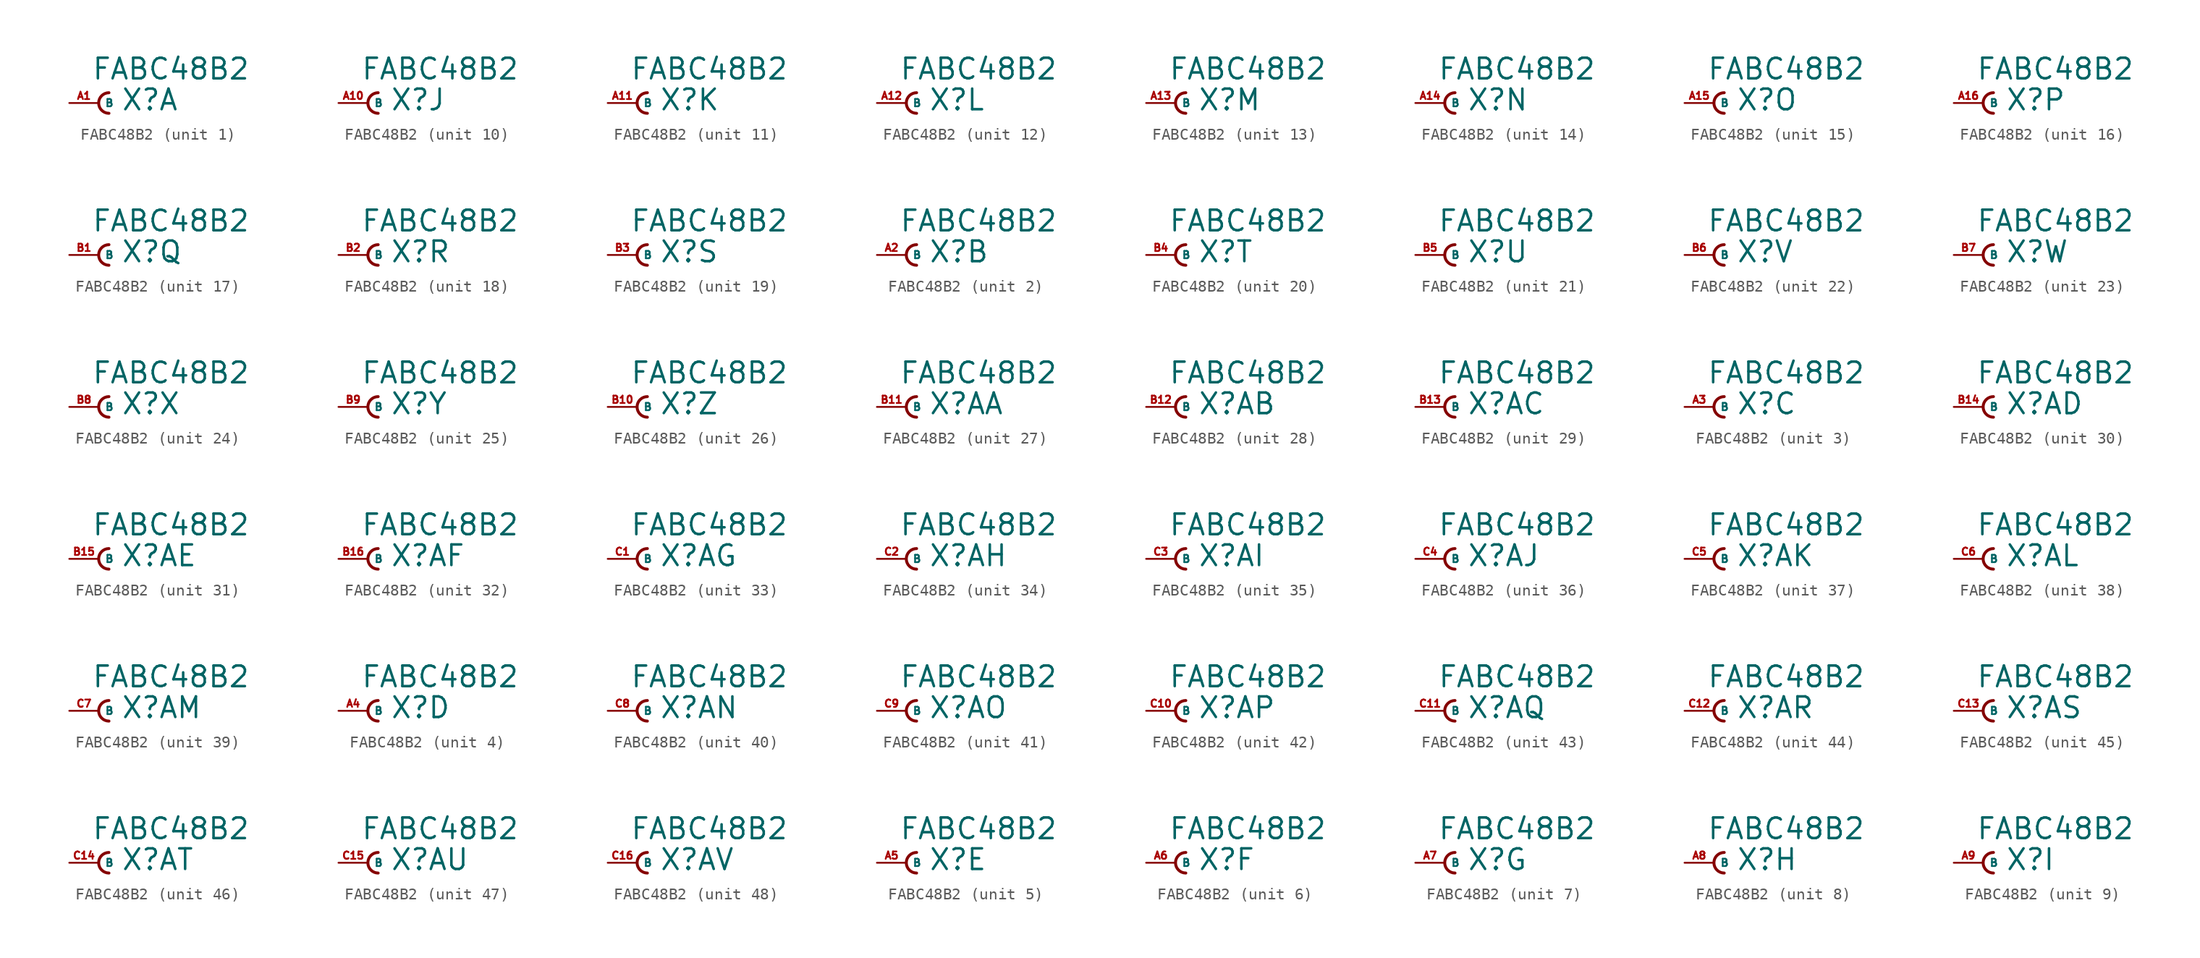
<source format=kicad_sym>
(kicad_symbol_lib
  (version 20220914)
  (generator Eagle2Kicad)
  (symbol "FABC48B2"
    (property "Reference" "X"
      (at 1.905 -0.762 0)
      (effects (font (size 1.778 1.778) (thickness 0.22)) (justify left bottom)))
    (property "Value" "FABC48B2"
      (at -0.635 1.905 0)
      (effects (font (size 1.778 1.778) (thickness 0.22)) (justify left bottom)))
    (symbol "FABC48B2_1_0"
      (arc (start 0.889 0.889) (mid 0.000 0.000) (end 0.889 -0.889) (stroke (width 0.254) (type default)) (fill (type none)))
      (pin passive line (at -2.54 0 0) (length 2.54) (name "B" (effects (font (size 0.635 0.635) (thickness 0.08)) (justify left bottom))) (number "A1" (effects (font (size 0.635 0.635) (thickness 0.08)) (justify left bottom)))))
    (symbol "FABC48B2_2_0"
      (arc (start 0.889 0.889) (mid 0.000 0.000) (end 0.889 -0.889) (stroke (width 0.254) (type default)) (fill (type none)))
      (pin passive line (at -2.54 0 0) (length 2.54) (name "B" (effects (font (size 0.635 0.635) (thickness 0.08)) (justify left bottom))) (number "A2" (effects (font (size 0.635 0.635) (thickness 0.08)) (justify left bottom)))))
    (symbol "FABC48B2_3_0"
      (arc (start 0.889 0.889) (mid 0.000 0.000) (end 0.889 -0.889) (stroke (width 0.254) (type default)) (fill (type none)))
      (pin passive line (at -2.54 0 0) (length 2.54) (name "B" (effects (font (size 0.635 0.635) (thickness 0.08)) (justify left bottom))) (number "A3" (effects (font (size 0.635 0.635) (thickness 0.08)) (justify left bottom)))))
    (symbol "FABC48B2_4_0"
      (arc (start 0.889 0.889) (mid 0.000 0.000) (end 0.889 -0.889) (stroke (width 0.254) (type default)) (fill (type none)))
      (pin passive line (at -2.54 0 0) (length 2.54) (name "B" (effects (font (size 0.635 0.635) (thickness 0.08)) (justify left bottom))) (number "A4" (effects (font (size 0.635 0.635) (thickness 0.08)) (justify left bottom)))))
    (symbol "FABC48B2_5_0"
      (arc (start 0.889 0.889) (mid 0.000 0.000) (end 0.889 -0.889) (stroke (width 0.254) (type default)) (fill (type none)))
      (pin passive line (at -2.54 0 0) (length 2.54) (name "B" (effects (font (size 0.635 0.635) (thickness 0.08)) (justify left bottom))) (number "A5" (effects (font (size 0.635 0.635) (thickness 0.08)) (justify left bottom)))))
    (symbol "FABC48B2_6_0"
      (arc (start 0.889 0.889) (mid 0.000 0.000) (end 0.889 -0.889) (stroke (width 0.254) (type default)) (fill (type none)))
      (pin passive line (at -2.54 0 0) (length 2.54) (name "B" (effects (font (size 0.635 0.635) (thickness 0.08)) (justify left bottom))) (number "A6" (effects (font (size 0.635 0.635) (thickness 0.08)) (justify left bottom)))))
    (symbol "FABC48B2_7_0"
      (arc (start 0.889 0.889) (mid 0.000 0.000) (end 0.889 -0.889) (stroke (width 0.254) (type default)) (fill (type none)))
      (pin passive line (at -2.54 0 0) (length 2.54) (name "B" (effects (font (size 0.635 0.635) (thickness 0.08)) (justify left bottom))) (number "A7" (effects (font (size 0.635 0.635) (thickness 0.08)) (justify left bottom)))))
    (symbol "FABC48B2_8_0"
      (arc (start 0.889 0.889) (mid 0.000 0.000) (end 0.889 -0.889) (stroke (width 0.254) (type default)) (fill (type none)))
      (pin passive line (at -2.54 0 0) (length 2.54) (name "B" (effects (font (size 0.635 0.635) (thickness 0.08)) (justify left bottom))) (number "A8" (effects (font (size 0.635 0.635) (thickness 0.08)) (justify left bottom)))))
    (symbol "FABC48B2_9_0"
      (arc (start 0.889 0.889) (mid 0.000 0.000) (end 0.889 -0.889) (stroke (width 0.254) (type default)) (fill (type none)))
      (pin passive line (at -2.54 0 0) (length 2.54) (name "B" (effects (font (size 0.635 0.635) (thickness 0.08)) (justify left bottom))) (number "A9" (effects (font (size 0.635 0.635) (thickness 0.08)) (justify left bottom)))))
    (symbol "FABC48B2_10_0"
      (arc (start 0.889 0.889) (mid 0.000 0.000) (end 0.889 -0.889) (stroke (width 0.254) (type default)) (fill (type none)))
      (pin passive line (at -2.54 0 0) (length 2.54) (name "B" (effects (font (size 0.635 0.635) (thickness 0.08)) (justify left bottom))) (number "A10" (effects (font (size 0.635 0.635) (thickness 0.08)) (justify left bottom)))))
    (symbol "FABC48B2_11_0"
      (arc (start 0.889 0.889) (mid 0.000 0.000) (end 0.889 -0.889) (stroke (width 0.254) (type default)) (fill (type none)))
      (pin passive line (at -2.54 0 0) (length 2.54) (name "B" (effects (font (size 0.635 0.635) (thickness 0.08)) (justify left bottom))) (number "A11" (effects (font (size 0.635 0.635) (thickness 0.08)) (justify left bottom)))))
    (symbol "FABC48B2_12_0"
      (arc (start 0.889 0.889) (mid 0.000 0.000) (end 0.889 -0.889) (stroke (width 0.254) (type default)) (fill (type none)))
      (pin passive line (at -2.54 0 0) (length 2.54) (name "B" (effects (font (size 0.635 0.635) (thickness 0.08)) (justify left bottom))) (number "A12" (effects (font (size 0.635 0.635) (thickness 0.08)) (justify left bottom)))))
    (symbol "FABC48B2_13_0"
      (arc (start 0.889 0.889) (mid 0.000 0.000) (end 0.889 -0.889) (stroke (width 0.254) (type default)) (fill (type none)))
      (pin passive line (at -2.54 0 0) (length 2.54) (name "B" (effects (font (size 0.635 0.635) (thickness 0.08)) (justify left bottom))) (number "A13" (effects (font (size 0.635 0.635) (thickness 0.08)) (justify left bottom)))))
    (symbol "FABC48B2_14_0"
      (arc (start 0.889 0.889) (mid 0.000 0.000) (end 0.889 -0.889) (stroke (width 0.254) (type default)) (fill (type none)))
      (pin passive line (at -2.54 0 0) (length 2.54) (name "B" (effects (font (size 0.635 0.635) (thickness 0.08)) (justify left bottom))) (number "A14" (effects (font (size 0.635 0.635) (thickness 0.08)) (justify left bottom)))))
    (symbol "FABC48B2_15_0"
      (arc (start 0.889 0.889) (mid 0.000 0.000) (end 0.889 -0.889) (stroke (width 0.254) (type default)) (fill (type none)))
      (pin passive line (at -2.54 0 0) (length 2.54) (name "B" (effects (font (size 0.635 0.635) (thickness 0.08)) (justify left bottom))) (number "A15" (effects (font (size 0.635 0.635) (thickness 0.08)) (justify left bottom)))))
    (symbol "FABC48B2_16_0"
      (arc (start 0.889 0.889) (mid 0.000 0.000) (end 0.889 -0.889) (stroke (width 0.254) (type default)) (fill (type none)))
      (pin passive line (at -2.54 0 0) (length 2.54) (name "B" (effects (font (size 0.635 0.635) (thickness 0.08)) (justify left bottom))) (number "A16" (effects (font (size 0.635 0.635) (thickness 0.08)) (justify left bottom)))))
    (symbol "FABC48B2_17_0"
      (arc (start 0.889 0.889) (mid 0.000 0.000) (end 0.889 -0.889) (stroke (width 0.254) (type default)) (fill (type none)))
      (pin passive line (at -2.54 0 0) (length 2.54) (name "B" (effects (font (size 0.635 0.635) (thickness 0.08)) (justify left bottom))) (number "B1" (effects (font (size 0.635 0.635) (thickness 0.08)) (justify left bottom)))))
    (symbol "FABC48B2_18_0"
      (arc (start 0.889 0.889) (mid 0.000 0.000) (end 0.889 -0.889) (stroke (width 0.254) (type default)) (fill (type none)))
      (pin passive line (at -2.54 0 0) (length 2.54) (name "B" (effects (font (size 0.635 0.635) (thickness 0.08)) (justify left bottom))) (number "B2" (effects (font (size 0.635 0.635) (thickness 0.08)) (justify left bottom)))))
    (symbol "FABC48B2_19_0"
      (arc (start 0.889 0.889) (mid 0.000 0.000) (end 0.889 -0.889) (stroke (width 0.254) (type default)) (fill (type none)))
      (pin passive line (at -2.54 0 0) (length 2.54) (name "B" (effects (font (size 0.635 0.635) (thickness 0.08)) (justify left bottom))) (number "B3" (effects (font (size 0.635 0.635) (thickness 0.08)) (justify left bottom)))))
    (symbol "FABC48B2_20_0"
      (arc (start 0.889 0.889) (mid 0.000 0.000) (end 0.889 -0.889) (stroke (width 0.254) (type default)) (fill (type none)))
      (pin passive line (at -2.54 0 0) (length 2.54) (name "B" (effects (font (size 0.635 0.635) (thickness 0.08)) (justify left bottom))) (number "B4" (effects (font (size 0.635 0.635) (thickness 0.08)) (justify left bottom)))))
    (symbol "FABC48B2_21_0"
      (arc (start 0.889 0.889) (mid 0.000 0.000) (end 0.889 -0.889) (stroke (width 0.254) (type default)) (fill (type none)))
      (pin passive line (at -2.54 0 0) (length 2.54) (name "B" (effects (font (size 0.635 0.635) (thickness 0.08)) (justify left bottom))) (number "B5" (effects (font (size 0.635 0.635) (thickness 0.08)) (justify left bottom)))))
    (symbol "FABC48B2_22_0"
      (arc (start 0.889 0.889) (mid 0.000 0.000) (end 0.889 -0.889) (stroke (width 0.254) (type default)) (fill (type none)))
      (pin passive line (at -2.54 0 0) (length 2.54) (name "B" (effects (font (size 0.635 0.635) (thickness 0.08)) (justify left bottom))) (number "B6" (effects (font (size 0.635 0.635) (thickness 0.08)) (justify left bottom)))))
    (symbol "FABC48B2_23_0"
      (arc (start 0.889 0.889) (mid 0.000 0.000) (end 0.889 -0.889) (stroke (width 0.254) (type default)) (fill (type none)))
      (pin passive line (at -2.54 0 0) (length 2.54) (name "B" (effects (font (size 0.635 0.635) (thickness 0.08)) (justify left bottom))) (number "B7" (effects (font (size 0.635 0.635) (thickness 0.08)) (justify left bottom)))))
    (symbol "FABC48B2_24_0"
      (arc (start 0.889 0.889) (mid 0.000 0.000) (end 0.889 -0.889) (stroke (width 0.254) (type default)) (fill (type none)))
      (pin passive line (at -2.54 0 0) (length 2.54) (name "B" (effects (font (size 0.635 0.635) (thickness 0.08)) (justify left bottom))) (number "B8" (effects (font (size 0.635 0.635) (thickness 0.08)) (justify left bottom)))))
    (symbol "FABC48B2_25_0"
      (arc (start 0.889 0.889) (mid 0.000 0.000) (end 0.889 -0.889) (stroke (width 0.254) (type default)) (fill (type none)))
      (pin passive line (at -2.54 0 0) (length 2.54) (name "B" (effects (font (size 0.635 0.635) (thickness 0.08)) (justify left bottom))) (number "B9" (effects (font (size 0.635 0.635) (thickness 0.08)) (justify left bottom)))))
    (symbol "FABC48B2_26_0"
      (arc (start 0.889 0.889) (mid 0.000 0.000) (end 0.889 -0.889) (stroke (width 0.254) (type default)) (fill (type none)))
      (pin passive line (at -2.54 0 0) (length 2.54) (name "B" (effects (font (size 0.635 0.635) (thickness 0.08)) (justify left bottom))) (number "B10" (effects (font (size 0.635 0.635) (thickness 0.08)) (justify left bottom)))))
    (symbol "FABC48B2_27_0"
      (arc (start 0.889 0.889) (mid 0.000 0.000) (end 0.889 -0.889) (stroke (width 0.254) (type default)) (fill (type none)))
      (pin passive line (at -2.54 0 0) (length 2.54) (name "B" (effects (font (size 0.635 0.635) (thickness 0.08)) (justify left bottom))) (number "B11" (effects (font (size 0.635 0.635) (thickness 0.08)) (justify left bottom)))))
    (symbol "FABC48B2_28_0"
      (arc (start 0.889 0.889) (mid 0.000 0.000) (end 0.889 -0.889) (stroke (width 0.254) (type default)) (fill (type none)))
      (pin passive line (at -2.54 0 0) (length 2.54) (name "B" (effects (font (size 0.635 0.635) (thickness 0.08)) (justify left bottom))) (number "B12" (effects (font (size 0.635 0.635) (thickness 0.08)) (justify left bottom)))))
    (symbol "FABC48B2_29_0"
      (arc (start 0.889 0.889) (mid 0.000 0.000) (end 0.889 -0.889) (stroke (width 0.254) (type default)) (fill (type none)))
      (pin passive line (at -2.54 0 0) (length 2.54) (name "B" (effects (font (size 0.635 0.635) (thickness 0.08)) (justify left bottom))) (number "B13" (effects (font (size 0.635 0.635) (thickness 0.08)) (justify left bottom)))))
    (symbol "FABC48B2_30_0"
      (arc (start 0.889 0.889) (mid 0.000 0.000) (end 0.889 -0.889) (stroke (width 0.254) (type default)) (fill (type none)))
      (pin passive line (at -2.54 0 0) (length 2.54) (name "B" (effects (font (size 0.635 0.635) (thickness 0.08)) (justify left bottom))) (number "B14" (effects (font (size 0.635 0.635) (thickness 0.08)) (justify left bottom)))))
    (symbol "FABC48B2_31_0"
      (arc (start 0.889 0.889) (mid 0.000 0.000) (end 0.889 -0.889) (stroke (width 0.254) (type default)) (fill (type none)))
      (pin passive line (at -2.54 0 0) (length 2.54) (name "B" (effects (font (size 0.635 0.635) (thickness 0.08)) (justify left bottom))) (number "B15" (effects (font (size 0.635 0.635) (thickness 0.08)) (justify left bottom)))))
    (symbol "FABC48B2_32_0"
      (arc (start 0.889 0.889) (mid 0.000 0.000) (end 0.889 -0.889) (stroke (width 0.254) (type default)) (fill (type none)))
      (pin passive line (at -2.54 0 0) (length 2.54) (name "B" (effects (font (size 0.635 0.635) (thickness 0.08)) (justify left bottom))) (number "B16" (effects (font (size 0.635 0.635) (thickness 0.08)) (justify left bottom)))))
    (symbol "FABC48B2_33_0"
      (arc (start 0.889 0.889) (mid 0.000 0.000) (end 0.889 -0.889) (stroke (width 0.254) (type default)) (fill (type none)))
      (pin passive line (at -2.54 0 0) (length 2.54) (name "B" (effects (font (size 0.635 0.635) (thickness 0.08)) (justify left bottom))) (number "C1" (effects (font (size 0.635 0.635) (thickness 0.08)) (justify left bottom)))))
    (symbol "FABC48B2_34_0"
      (arc (start 0.889 0.889) (mid 0.000 0.000) (end 0.889 -0.889) (stroke (width 0.254) (type default)) (fill (type none)))
      (pin passive line (at -2.54 0 0) (length 2.54) (name "B" (effects (font (size 0.635 0.635) (thickness 0.08)) (justify left bottom))) (number "C2" (effects (font (size 0.635 0.635) (thickness 0.08)) (justify left bottom)))))
    (symbol "FABC48B2_35_0"
      (arc (start 0.889 0.889) (mid 0.000 0.000) (end 0.889 -0.889) (stroke (width 0.254) (type default)) (fill (type none)))
      (pin passive line (at -2.54 0 0) (length 2.54) (name "B" (effects (font (size 0.635 0.635) (thickness 0.08)) (justify left bottom))) (number "C3" (effects (font (size 0.635 0.635) (thickness 0.08)) (justify left bottom)))))
    (symbol "FABC48B2_36_0"
      (arc (start 0.889 0.889) (mid 0.000 0.000) (end 0.889 -0.889) (stroke (width 0.254) (type default)) (fill (type none)))
      (pin passive line (at -2.54 0 0) (length 2.54) (name "B" (effects (font (size 0.635 0.635) (thickness 0.08)) (justify left bottom))) (number "C4" (effects (font (size 0.635 0.635) (thickness 0.08)) (justify left bottom)))))
    (symbol "FABC48B2_37_0"
      (arc (start 0.889 0.889) (mid 0.000 0.000) (end 0.889 -0.889) (stroke (width 0.254) (type default)) (fill (type none)))
      (pin passive line (at -2.54 0 0) (length 2.54) (name "B" (effects (font (size 0.635 0.635) (thickness 0.08)) (justify left bottom))) (number "C5" (effects (font (size 0.635 0.635) (thickness 0.08)) (justify left bottom)))))
    (symbol "FABC48B2_38_0"
      (arc (start 0.889 0.889) (mid 0.000 0.000) (end 0.889 -0.889) (stroke (width 0.254) (type default)) (fill (type none)))
      (pin passive line (at -2.54 0 0) (length 2.54) (name "B" (effects (font (size 0.635 0.635) (thickness 0.08)) (justify left bottom))) (number "C6" (effects (font (size 0.635 0.635) (thickness 0.08)) (justify left bottom)))))
    (symbol "FABC48B2_39_0"
      (arc (start 0.889 0.889) (mid 0.000 0.000) (end 0.889 -0.889) (stroke (width 0.254) (type default)) (fill (type none)))
      (pin passive line (at -2.54 0 0) (length 2.54) (name "B" (effects (font (size 0.635 0.635) (thickness 0.08)) (justify left bottom))) (number "C7" (effects (font (size 0.635 0.635) (thickness 0.08)) (justify left bottom)))))
    (symbol "FABC48B2_40_0"
      (arc (start 0.889 0.889) (mid 0.000 0.000) (end 0.889 -0.889) (stroke (width 0.254) (type default)) (fill (type none)))
      (pin passive line (at -2.54 0 0) (length 2.54) (name "B" (effects (font (size 0.635 0.635) (thickness 0.08)) (justify left bottom))) (number "C8" (effects (font (size 0.635 0.635) (thickness 0.08)) (justify left bottom)))))
    (symbol "FABC48B2_41_0"
      (arc (start 0.889 0.889) (mid 0.000 0.000) (end 0.889 -0.889) (stroke (width 0.254) (type default)) (fill (type none)))
      (pin passive line (at -2.54 0 0) (length 2.54) (name "B" (effects (font (size 0.635 0.635) (thickness 0.08)) (justify left bottom))) (number "C9" (effects (font (size 0.635 0.635) (thickness 0.08)) (justify left bottom)))))
    (symbol "FABC48B2_42_0"
      (arc (start 0.889 0.889) (mid 0.000 0.000) (end 0.889 -0.889) (stroke (width 0.254) (type default)) (fill (type none)))
      (pin passive line (at -2.54 0 0) (length 2.54) (name "B" (effects (font (size 0.635 0.635) (thickness 0.08)) (justify left bottom))) (number "C10" (effects (font (size 0.635 0.635) (thickness 0.08)) (justify left bottom)))))
    (symbol "FABC48B2_43_0"
      (arc (start 0.889 0.889) (mid 0.000 0.000) (end 0.889 -0.889) (stroke (width 0.254) (type default)) (fill (type none)))
      (pin passive line (at -2.54 0 0) (length 2.54) (name "B" (effects (font (size 0.635 0.635) (thickness 0.08)) (justify left bottom))) (number "C11" (effects (font (size 0.635 0.635) (thickness 0.08)) (justify left bottom)))))
    (symbol "FABC48B2_44_0"
      (arc (start 0.889 0.889) (mid 0.000 0.000) (end 0.889 -0.889) (stroke (width 0.254) (type default)) (fill (type none)))
      (pin passive line (at -2.54 0 0) (length 2.54) (name "B" (effects (font (size 0.635 0.635) (thickness 0.08)) (justify left bottom))) (number "C12" (effects (font (size 0.635 0.635) (thickness 0.08)) (justify left bottom)))))
    (symbol "FABC48B2_45_0"
      (arc (start 0.889 0.889) (mid 0.000 0.000) (end 0.889 -0.889) (stroke (width 0.254) (type default)) (fill (type none)))
      (pin passive line (at -2.54 0 0) (length 2.54) (name "B" (effects (font (size 0.635 0.635) (thickness 0.08)) (justify left bottom))) (number "C13" (effects (font (size 0.635 0.635) (thickness 0.08)) (justify left bottom)))))
    (symbol "FABC48B2_46_0"
      (arc (start 0.889 0.889) (mid 0.000 0.000) (end 0.889 -0.889) (stroke (width 0.254) (type default)) (fill (type none)))
      (pin passive line (at -2.54 0 0) (length 2.54) (name "B" (effects (font (size 0.635 0.635) (thickness 0.08)) (justify left bottom))) (number "C14" (effects (font (size 0.635 0.635) (thickness 0.08)) (justify left bottom)))))
    (symbol "FABC48B2_47_0"
      (arc (start 0.889 0.889) (mid 0.000 0.000) (end 0.889 -0.889) (stroke (width 0.254) (type default)) (fill (type none)))
      (pin passive line (at -2.54 0 0) (length 2.54) (name "B" (effects (font (size 0.635 0.635) (thickness 0.08)) (justify left bottom))) (number "C15" (effects (font (size 0.635 0.635) (thickness 0.08)) (justify left bottom)))))
    (symbol "FABC48B2_48_0"
      (arc (start 0.889 0.889) (mid 0.000 0.000) (end 0.889 -0.889) (stroke (width 0.254) (type default)) (fill (type none)))
      (pin passive line (at -2.54 0 0) (length 2.54) (name "B" (effects (font (size 0.635 0.635) (thickness 0.08)) (justify left bottom))) (number "C16" (effects (font (size 0.635 0.635) (thickness 0.08)) (justify left bottom)))))))
</source>
